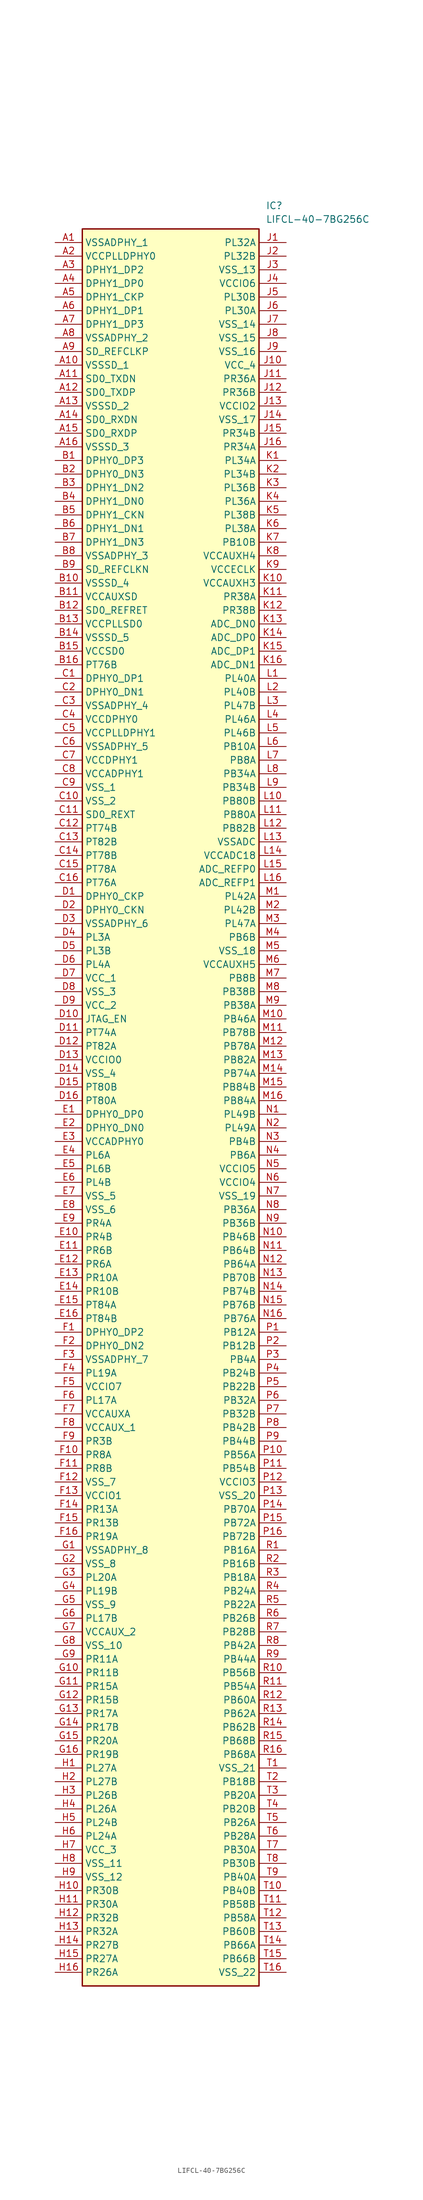
<source format=kicad_sym>
(kicad_symbol_lib
  (version 20220914)
  (generator kicad_symbol_editor)
  (symbol "LIFCL-40-7BG256C"
    (property "Reference" "IC"
      (at 39.37 7.62 0)
      (effects (font (size 1.27 1.27)) (justify left top)))
    (property "Value" "LIFCL-40-7BG256C"
      (at 39.37 5.08 0)
      (effects (font (size 1.27 1.27)) (justify left top)))
    (symbol "LIFCL-40-7BG256C_1_1"
      (rectangle (start 5.08 2.54) (end 38.1 -325.12) (stroke (width 0.254) (type default)) (fill (type background)))
      (pin passive line (at 0 0 0) (length 5.08) (name "VSSADPHY_1" (effects (font (size 1.27 1.27)))) (number "A1" (effects (font (size 1.27 1.27)))))
      (pin passive line (at 0 -22.86 0) (length 5.08) (name "VSSSD_1" (effects (font (size 1.27 1.27)))) (number "A10" (effects (font (size 1.27 1.27)))))
      (pin passive line (at 0 -25.4 0) (length 5.08) (name "SD0_TXDN" (effects (font (size 1.27 1.27)))) (number "A11" (effects (font (size 1.27 1.27)))))
      (pin passive line (at 0 -27.94 0) (length 5.08) (name "SD0_TXDP" (effects (font (size 1.27 1.27)))) (number "A12" (effects (font (size 1.27 1.27)))))
      (pin passive line (at 0 -30.48 0) (length 5.08) (name "VSSSD_2" (effects (font (size 1.27 1.27)))) (number "A13" (effects (font (size 1.27 1.27)))))
      (pin passive line (at 0 -33.02 0) (length 5.08) (name "SD0_RXDN" (effects (font (size 1.27 1.27)))) (number "A14" (effects (font (size 1.27 1.27)))))
      (pin passive line (at 0 -35.56 0) (length 5.08) (name "SD0_RXDP" (effects (font (size 1.27 1.27)))) (number "A15" (effects (font (size 1.27 1.27)))))
      (pin passive line (at 0 -38.1 0) (length 5.08) (name "VSSSD_3" (effects (font (size 1.27 1.27)))) (number "A16" (effects (font (size 1.27 1.27)))))
      (pin passive line (at 0 -2.54 0) (length 5.08) (name "VCCPLLDPHY0" (effects (font (size 1.27 1.27)))) (number "A2" (effects (font (size 1.27 1.27)))))
      (pin passive line (at 0 -5.08 0) (length 5.08) (name "DPHY1_DP2" (effects (font (size 1.27 1.27)))) (number "A3" (effects (font (size 1.27 1.27)))))
      (pin passive line (at 0 -7.62 0) (length 5.08) (name "DPHY1_DP0" (effects (font (size 1.27 1.27)))) (number "A4" (effects (font (size 1.27 1.27)))))
      (pin passive line (at 0 -10.16 0) (length 5.08) (name "DPHY1_CKP" (effects (font (size 1.27 1.27)))) (number "A5" (effects (font (size 1.27 1.27)))))
      (pin passive line (at 0 -12.7 0) (length 5.08) (name "DPHY1_DP1" (effects (font (size 1.27 1.27)))) (number "A6" (effects (font (size 1.27 1.27)))))
      (pin passive line (at 0 -15.24 0) (length 5.08) (name "DPHY1_DP3" (effects (font (size 1.27 1.27)))) (number "A7" (effects (font (size 1.27 1.27)))))
      (pin passive line (at 0 -17.78 0) (length 5.08) (name "VSSADPHY_2" (effects (font (size 1.27 1.27)))) (number "A8" (effects (font (size 1.27 1.27)))))
      (pin passive line (at 0 -20.32 0) (length 5.08) (name "SD_REFCLKP" (effects (font (size 1.27 1.27)))) (number "A9" (effects (font (size 1.27 1.27)))))
      (pin passive line (at 0 -40.64 0) (length 5.08) (name "DPHY0_DP3" (effects (font (size 1.27 1.27)))) (number "B1" (effects (font (size 1.27 1.27)))))
      (pin passive line (at 0 -63.5 0) (length 5.08) (name "VSSSD_4" (effects (font (size 1.27 1.27)))) (number "B10" (effects (font (size 1.27 1.27)))))
      (pin passive line (at 0 -66.04 0) (length 5.08) (name "VCCAUXSD" (effects (font (size 1.27 1.27)))) (number "B11" (effects (font (size 1.27 1.27)))))
      (pin passive line (at 0 -68.58 0) (length 5.08) (name "SD0_REFRET" (effects (font (size 1.27 1.27)))) (number "B12" (effects (font (size 1.27 1.27)))))
      (pin passive line (at 0 -71.12 0) (length 5.08) (name "VCCPLLSD0" (effects (font (size 1.27 1.27)))) (number "B13" (effects (font (size 1.27 1.27)))))
      (pin passive line (at 0 -73.66 0) (length 5.08) (name "VSSSD_5" (effects (font (size 1.27 1.27)))) (number "B14" (effects (font (size 1.27 1.27)))))
      (pin passive line (at 0 -76.2 0) (length 5.08) (name "VCCSD0" (effects (font (size 1.27 1.27)))) (number "B15" (effects (font (size 1.27 1.27)))))
      (pin passive line (at 0 -78.74 0) (length 5.08) (name "PT76B" (effects (font (size 1.27 1.27)))) (number "B16" (effects (font (size 1.27 1.27)))))
      (pin passive line (at 0 -43.18 0) (length 5.08) (name "DPHY0_DN3" (effects (font (size 1.27 1.27)))) (number "B2" (effects (font (size 1.27 1.27)))))
      (pin passive line (at 0 -45.72 0) (length 5.08) (name "DPHY1_DN2" (effects (font (size 1.27 1.27)))) (number "B3" (effects (font (size 1.27 1.27)))))
      (pin passive line (at 0 -48.26 0) (length 5.08) (name "DPHY1_DN0" (effects (font (size 1.27 1.27)))) (number "B4" (effects (font (size 1.27 1.27)))))
      (pin passive line (at 0 -50.8 0) (length 5.08) (name "DPHY1_CKN" (effects (font (size 1.27 1.27)))) (number "B5" (effects (font (size 1.27 1.27)))))
      (pin passive line (at 0 -53.34 0) (length 5.08) (name "DPHY1_DN1" (effects (font (size 1.27 1.27)))) (number "B6" (effects (font (size 1.27 1.27)))))
      (pin passive line (at 0 -55.88 0) (length 5.08) (name "DPHY1_DN3" (effects (font (size 1.27 1.27)))) (number "B7" (effects (font (size 1.27 1.27)))))
      (pin passive line (at 0 -58.42 0) (length 5.08) (name "VSSADPHY_3" (effects (font (size 1.27 1.27)))) (number "B8" (effects (font (size 1.27 1.27)))))
      (pin passive line (at 0 -60.96 0) (length 5.08) (name "SD_REFCLKN" (effects (font (size 1.27 1.27)))) (number "B9" (effects (font (size 1.27 1.27)))))
      (pin passive line (at 0 -81.28 0) (length 5.08) (name "DPHY0_DP1" (effects (font (size 1.27 1.27)))) (number "C1" (effects (font (size 1.27 1.27)))))
      (pin passive line (at 0 -104.14 0) (length 5.08) (name "VSS_2" (effects (font (size 1.27 1.27)))) (number "C10" (effects (font (size 1.27 1.27)))))
      (pin passive line (at 0 -106.68 0) (length 5.08) (name "SD0_REXT" (effects (font (size 1.27 1.27)))) (number "C11" (effects (font (size 1.27 1.27)))))
      (pin passive line (at 0 -109.22 0) (length 5.08) (name "PT74B" (effects (font (size 1.27 1.27)))) (number "C12" (effects (font (size 1.27 1.27)))))
      (pin passive line (at 0 -111.76 0) (length 5.08) (name "PT82B" (effects (font (size 1.27 1.27)))) (number "C13" (effects (font (size 1.27 1.27)))))
      (pin passive line (at 0 -114.3 0) (length 5.08) (name "PT78B" (effects (font (size 1.27 1.27)))) (number "C14" (effects (font (size 1.27 1.27)))))
      (pin passive line (at 0 -116.84 0) (length 5.08) (name "PT78A" (effects (font (size 1.27 1.27)))) (number "C15" (effects (font (size 1.27 1.27)))))
      (pin passive line (at 0 -119.38 0) (length 5.08) (name "PT76A" (effects (font (size 1.27 1.27)))) (number "C16" (effects (font (size 1.27 1.27)))))
      (pin passive line (at 0 -83.82 0) (length 5.08) (name "DPHY0_DN1" (effects (font (size 1.27 1.27)))) (number "C2" (effects (font (size 1.27 1.27)))))
      (pin passive line (at 0 -86.36 0) (length 5.08) (name "VSSADPHY_4" (effects (font (size 1.27 1.27)))) (number "C3" (effects (font (size 1.27 1.27)))))
      (pin passive line (at 0 -88.9 0) (length 5.08) (name "VCCDPHY0" (effects (font (size 1.27 1.27)))) (number "C4" (effects (font (size 1.27 1.27)))))
      (pin passive line (at 0 -91.44 0) (length 5.08) (name "VCCPLLDPHY1" (effects (font (size 1.27 1.27)))) (number "C5" (effects (font (size 1.27 1.27)))))
      (pin passive line (at 0 -93.98 0) (length 5.08) (name "VSSADPHY_5" (effects (font (size 1.27 1.27)))) (number "C6" (effects (font (size 1.27 1.27)))))
      (pin passive line (at 0 -96.52 0) (length 5.08) (name "VCCDPHY1" (effects (font (size 1.27 1.27)))) (number "C7" (effects (font (size 1.27 1.27)))))
      (pin passive line (at 0 -99.06 0) (length 5.08) (name "VCCADPHY1" (effects (font (size 1.27 1.27)))) (number "C8" (effects (font (size 1.27 1.27)))))
      (pin passive line (at 0 -101.6 0) (length 5.08) (name "VSS_1" (effects (font (size 1.27 1.27)))) (number "C9" (effects (font (size 1.27 1.27)))))
      (pin passive line (at 0 -121.92 0) (length 5.08) (name "DPHY0_CKP" (effects (font (size 1.27 1.27)))) (number "D1" (effects (font (size 1.27 1.27)))))
      (pin passive line (at 0 -144.78 0) (length 5.08) (name "JTAG_EN" (effects (font (size 1.27 1.27)))) (number "D10" (effects (font (size 1.27 1.27)))))
      (pin passive line (at 0 -147.32 0) (length 5.08) (name "PT74A" (effects (font (size 1.27 1.27)))) (number "D11" (effects (font (size 1.27 1.27)))))
      (pin passive line (at 0 -149.86 0) (length 5.08) (name "PT82A" (effects (font (size 1.27 1.27)))) (number "D12" (effects (font (size 1.27 1.27)))))
      (pin passive line (at 0 -152.4 0) (length 5.08) (name "VCCIO0" (effects (font (size 1.27 1.27)))) (number "D13" (effects (font (size 1.27 1.27)))))
      (pin passive line (at 0 -154.94 0) (length 5.08) (name "VSS_4" (effects (font (size 1.27 1.27)))) (number "D14" (effects (font (size 1.27 1.27)))))
      (pin passive line (at 0 -157.48 0) (length 5.08) (name "PT80B" (effects (font (size 1.27 1.27)))) (number "D15" (effects (font (size 1.27 1.27)))))
      (pin passive line (at 0 -160.02 0) (length 5.08) (name "PT80A" (effects (font (size 1.27 1.27)))) (number "D16" (effects (font (size 1.27 1.27)))))
      (pin passive line (at 0 -124.46 0) (length 5.08) (name "DPHY0_CKN" (effects (font (size 1.27 1.27)))) (number "D2" (effects (font (size 1.27 1.27)))))
      (pin passive line (at 0 -127 0) (length 5.08) (name "VSSADPHY_6" (effects (font (size 1.27 1.27)))) (number "D3" (effects (font (size 1.27 1.27)))))
      (pin passive line (at 0 -129.54 0) (length 5.08) (name "PL3A" (effects (font (size 1.27 1.27)))) (number "D4" (effects (font (size 1.27 1.27)))))
      (pin passive line (at 0 -132.08 0) (length 5.08) (name "PL3B" (effects (font (size 1.27 1.27)))) (number "D5" (effects (font (size 1.27 1.27)))))
      (pin passive line (at 0 -134.62 0) (length 5.08) (name "PL4A" (effects (font (size 1.27 1.27)))) (number "D6" (effects (font (size 1.27 1.27)))))
      (pin passive line (at 0 -137.16 0) (length 5.08) (name "VCC_1" (effects (font (size 1.27 1.27)))) (number "D7" (effects (font (size 1.27 1.27)))))
      (pin passive line (at 0 -139.7 0) (length 5.08) (name "VSS_3" (effects (font (size 1.27 1.27)))) (number "D8" (effects (font (size 1.27 1.27)))))
      (pin passive line (at 0 -142.24 0) (length 5.08) (name "VCC_2" (effects (font (size 1.27 1.27)))) (number "D9" (effects (font (size 1.27 1.27)))))
      (pin passive line (at 0 -162.56 0) (length 5.08) (name "DPHY0_DP0" (effects (font (size 1.27 1.27)))) (number "E1" (effects (font (size 1.27 1.27)))))
      (pin passive line (at 0 -185.42 0) (length 5.08) (name "PR4B" (effects (font (size 1.27 1.27)))) (number "E10" (effects (font (size 1.27 1.27)))))
      (pin passive line (at 0 -187.96 0) (length 5.08) (name "PR6B" (effects (font (size 1.27 1.27)))) (number "E11" (effects (font (size 1.27 1.27)))))
      (pin passive line (at 0 -190.5 0) (length 5.08) (name "PR6A" (effects (font (size 1.27 1.27)))) (number "E12" (effects (font (size 1.27 1.27)))))
      (pin passive line (at 0 -193.04 0) (length 5.08) (name "PR10A" (effects (font (size 1.27 1.27)))) (number "E13" (effects (font (size 1.27 1.27)))))
      (pin passive line (at 0 -195.58 0) (length 5.08) (name "PR10B" (effects (font (size 1.27 1.27)))) (number "E14" (effects (font (size 1.27 1.27)))))
      (pin passive line (at 0 -198.12 0) (length 5.08) (name "PT84A" (effects (font (size 1.27 1.27)))) (number "E15" (effects (font (size 1.27 1.27)))))
      (pin passive line (at 0 -200.66 0) (length 5.08) (name "PT84B" (effects (font (size 1.27 1.27)))) (number "E16" (effects (font (size 1.27 1.27)))))
      (pin passive line (at 0 -165.1 0) (length 5.08) (name "DPHY0_DN0" (effects (font (size 1.27 1.27)))) (number "E2" (effects (font (size 1.27 1.27)))))
      (pin passive line (at 0 -167.64 0) (length 5.08) (name "VCCADPHY0" (effects (font (size 1.27 1.27)))) (number "E3" (effects (font (size 1.27 1.27)))))
      (pin passive line (at 0 -170.18 0) (length 5.08) (name "PL6A" (effects (font (size 1.27 1.27)))) (number "E4" (effects (font (size 1.27 1.27)))))
      (pin passive line (at 0 -172.72 0) (length 5.08) (name "PL6B" (effects (font (size 1.27 1.27)))) (number "E5" (effects (font (size 1.27 1.27)))))
      (pin passive line (at 0 -175.26 0) (length 5.08) (name "PL4B" (effects (font (size 1.27 1.27)))) (number "E6" (effects (font (size 1.27 1.27)))))
      (pin passive line (at 0 -177.8 0) (length 5.08) (name "VSS_5" (effects (font (size 1.27 1.27)))) (number "E7" (effects (font (size 1.27 1.27)))))
      (pin passive line (at 0 -180.34 0) (length 5.08) (name "VSS_6" (effects (font (size 1.27 1.27)))) (number "E8" (effects (font (size 1.27 1.27)))))
      (pin passive line (at 0 -182.88 0) (length 5.08) (name "PR4A" (effects (font (size 1.27 1.27)))) (number "E9" (effects (font (size 1.27 1.27)))))
      (pin passive line (at 0 -203.2 0) (length 5.08) (name "DPHY0_DP2" (effects (font (size 1.27 1.27)))) (number "F1" (effects (font (size 1.27 1.27)))))
      (pin passive line (at 0 -226.06 0) (length 5.08) (name "PR8A" (effects (font (size 1.27 1.27)))) (number "F10" (effects (font (size 1.27 1.27)))))
      (pin passive line (at 0 -228.6 0) (length 5.08) (name "PR8B" (effects (font (size 1.27 1.27)))) (number "F11" (effects (font (size 1.27 1.27)))))
      (pin passive line (at 0 -231.14 0) (length 5.08) (name "VSS_7" (effects (font (size 1.27 1.27)))) (number "F12" (effects (font (size 1.27 1.27)))))
      (pin passive line (at 0 -233.68 0) (length 5.08) (name "VCCIO1" (effects (font (size 1.27 1.27)))) (number "F13" (effects (font (size 1.27 1.27)))))
      (pin passive line (at 0 -236.22 0) (length 5.08) (name "PR13A" (effects (font (size 1.27 1.27)))) (number "F14" (effects (font (size 1.27 1.27)))))
      (pin passive line (at 0 -238.76 0) (length 5.08) (name "PR13B" (effects (font (size 1.27 1.27)))) (number "F15" (effects (font (size 1.27 1.27)))))
      (pin passive line (at 0 -241.3 0) (length 5.08) (name "PR19A" (effects (font (size 1.27 1.27)))) (number "F16" (effects (font (size 1.27 1.27)))))
      (pin passive line (at 0 -205.74 0) (length 5.08) (name "DPHY0_DN2" (effects (font (size 1.27 1.27)))) (number "F2" (effects (font (size 1.27 1.27)))))
      (pin passive line (at 0 -208.28 0) (length 5.08) (name "VSSADPHY_7" (effects (font (size 1.27 1.27)))) (number "F3" (effects (font (size 1.27 1.27)))))
      (pin passive line (at 0 -210.82 0) (length 5.08) (name "PL19A" (effects (font (size 1.27 1.27)))) (number "F4" (effects (font (size 1.27 1.27)))))
      (pin passive line (at 0 -213.36 0) (length 5.08) (name "VCCIO7" (effects (font (size 1.27 1.27)))) (number "F5" (effects (font (size 1.27 1.27)))))
      (pin passive line (at 0 -215.9 0) (length 5.08) (name "PL17A" (effects (font (size 1.27 1.27)))) (number "F6" (effects (font (size 1.27 1.27)))))
      (pin passive line (at 0 -218.44 0) (length 5.08) (name "VCCAUXA" (effects (font (size 1.27 1.27)))) (number "F7" (effects (font (size 1.27 1.27)))))
      (pin passive line (at 0 -220.98 0) (length 5.08) (name "VCCAUX_1" (effects (font (size 1.27 1.27)))) (number "F8" (effects (font (size 1.27 1.27)))))
      (pin passive line (at 0 -223.52 0) (length 5.08) (name "PR3B" (effects (font (size 1.27 1.27)))) (number "F9" (effects (font (size 1.27 1.27)))))
      (pin passive line (at 0 -243.84 0) (length 5.08) (name "VSSADPHY_8" (effects (font (size 1.27 1.27)))) (number "G1" (effects (font (size 1.27 1.27)))))
      (pin passive line (at 0 -266.7 0) (length 5.08) (name "PR11B" (effects (font (size 1.27 1.27)))) (number "G10" (effects (font (size 1.27 1.27)))))
      (pin passive line (at 0 -269.24 0) (length 5.08) (name "PR15A" (effects (font (size 1.27 1.27)))) (number "G11" (effects (font (size 1.27 1.27)))))
      (pin passive line (at 0 -271.78 0) (length 5.08) (name "PR15B" (effects (font (size 1.27 1.27)))) (number "G12" (effects (font (size 1.27 1.27)))))
      (pin passive line (at 0 -274.32 0) (length 5.08) (name "PR17A" (effects (font (size 1.27 1.27)))) (number "G13" (effects (font (size 1.27 1.27)))))
      (pin passive line (at 0 -276.86 0) (length 5.08) (name "PR17B" (effects (font (size 1.27 1.27)))) (number "G14" (effects (font (size 1.27 1.27)))))
      (pin passive line (at 0 -279.4 0) (length 5.08) (name "PR20A" (effects (font (size 1.27 1.27)))) (number "G15" (effects (font (size 1.27 1.27)))))
      (pin passive line (at 0 -281.94 0) (length 5.08) (name "PR19B" (effects (font (size 1.27 1.27)))) (number "G16" (effects (font (size 1.27 1.27)))))
      (pin passive line (at 0 -246.38 0) (length 5.08) (name "VSS_8" (effects (font (size 1.27 1.27)))) (number "G2" (effects (font (size 1.27 1.27)))))
      (pin passive line (at 0 -248.92 0) (length 5.08) (name "PL20A" (effects (font (size 1.27 1.27)))) (number "G3" (effects (font (size 1.27 1.27)))))
      (pin passive line (at 0 -251.46 0) (length 5.08) (name "PL19B" (effects (font (size 1.27 1.27)))) (number "G4" (effects (font (size 1.27 1.27)))))
      (pin passive line (at 0 -254 0) (length 5.08) (name "VSS_9" (effects (font (size 1.27 1.27)))) (number "G5" (effects (font (size 1.27 1.27)))))
      (pin passive line (at 0 -256.54 0) (length 5.08) (name "PL17B" (effects (font (size 1.27 1.27)))) (number "G6" (effects (font (size 1.27 1.27)))))
      (pin passive line (at 0 -259.08 0) (length 5.08) (name "VCCAUX_2" (effects (font (size 1.27 1.27)))) (number "G7" (effects (font (size 1.27 1.27)))))
      (pin passive line (at 0 -261.62 0) (length 5.08) (name "VSS_10" (effects (font (size 1.27 1.27)))) (number "G8" (effects (font (size 1.27 1.27)))))
      (pin passive line (at 0 -264.16 0) (length 5.08) (name "PR11A" (effects (font (size 1.27 1.27)))) (number "G9" (effects (font (size 1.27 1.27)))))
      (pin passive line (at 0 -284.48 0) (length 5.08) (name "PL27A" (effects (font (size 1.27 1.27)))) (number "H1" (effects (font (size 1.27 1.27)))))
      (pin passive line (at 0 -307.34 0) (length 5.08) (name "PR30B" (effects (font (size 1.27 1.27)))) (number "H10" (effects (font (size 1.27 1.27)))))
      (pin passive line (at 0 -309.88 0) (length 5.08) (name "PR30A" (effects (font (size 1.27 1.27)))) (number "H11" (effects (font (size 1.27 1.27)))))
      (pin passive line (at 0 -312.42 0) (length 5.08) (name "PR32B" (effects (font (size 1.27 1.27)))) (number "H12" (effects (font (size 1.27 1.27)))))
      (pin passive line (at 0 -314.96 0) (length 5.08) (name "PR32A" (effects (font (size 1.27 1.27)))) (number "H13" (effects (font (size 1.27 1.27)))))
      (pin passive line (at 0 -317.5 0) (length 5.08) (name "PR27B" (effects (font (size 1.27 1.27)))) (number "H14" (effects (font (size 1.27 1.27)))))
      (pin passive line (at 0 -320.04 0) (length 5.08) (name "PR27A" (effects (font (size 1.27 1.27)))) (number "H15" (effects (font (size 1.27 1.27)))))
      (pin passive line (at 0 -322.58 0) (length 5.08) (name "PR26A" (effects (font (size 1.27 1.27)))) (number "H16" (effects (font (size 1.27 1.27)))))
      (pin passive line (at 0 -287.02 0) (length 5.08) (name "PL27B" (effects (font (size 1.27 1.27)))) (number "H2" (effects (font (size 1.27 1.27)))))
      (pin passive line (at 0 -289.56 0) (length 5.08) (name "PL26B" (effects (font (size 1.27 1.27)))) (number "H3" (effects (font (size 1.27 1.27)))))
      (pin passive line (at 0 -292.1 0) (length 5.08) (name "PL26A" (effects (font (size 1.27 1.27)))) (number "H4" (effects (font (size 1.27 1.27)))))
      (pin passive line (at 0 -294.64 0) (length 5.08) (name "PL24B" (effects (font (size 1.27 1.27)))) (number "H5" (effects (font (size 1.27 1.27)))))
      (pin passive line (at 0 -297.18 0) (length 5.08) (name "PL24A" (effects (font (size 1.27 1.27)))) (number "H6" (effects (font (size 1.27 1.27)))))
      (pin passive line (at 0 -299.72 0) (length 5.08) (name "VCC_3" (effects (font (size 1.27 1.27)))) (number "H7" (effects (font (size 1.27 1.27)))))
      (pin passive line (at 0 -302.26 0) (length 5.08) (name "VSS_11" (effects (font (size 1.27 1.27)))) (number "H8" (effects (font (size 1.27 1.27)))))
      (pin passive line (at 0 -304.8 0) (length 5.08) (name "VSS_12" (effects (font (size 1.27 1.27)))) (number "H9" (effects (font (size 1.27 1.27)))))
      (pin passive line (at 43.18 0 180) (length 5.08) (name "PL32A" (effects (font (size 1.27 1.27)))) (number "J1" (effects (font (size 1.27 1.27)))))
      (pin passive line (at 43.18 -22.86 180) (length 5.08) (name "VCC_4" (effects (font (size 1.27 1.27)))) (number "J10" (effects (font (size 1.27 1.27)))))
      (pin passive line (at 43.18 -25.4 180) (length 5.08) (name "PR36A" (effects (font (size 1.27 1.27)))) (number "J11" (effects (font (size 1.27 1.27)))))
      (pin passive line (at 43.18 -27.94 180) (length 5.08) (name "PR36B" (effects (font (size 1.27 1.27)))) (number "J12" (effects (font (size 1.27 1.27)))))
      (pin passive line (at 43.18 -30.48 180) (length 5.08) (name "VCCIO2" (effects (font (size 1.27 1.27)))) (number "J13" (effects (font (size 1.27 1.27)))))
      (pin passive line (at 43.18 -33.02 180) (length 5.08) (name "VSS_17" (effects (font (size 1.27 1.27)))) (number "J14" (effects (font (size 1.27 1.27)))))
      (pin passive line (at 43.18 -35.56 180) (length 5.08) (name "PR34B" (effects (font (size 1.27 1.27)))) (number "J15" (effects (font (size 1.27 1.27)))))
      (pin passive line (at 43.18 -38.1 180) (length 5.08) (name "PR34A" (effects (font (size 1.27 1.27)))) (number "J16" (effects (font (size 1.27 1.27)))))
      (pin passive line (at 43.18 -2.54 180) (length 5.08) (name "PL32B" (effects (font (size 1.27 1.27)))) (number "J2" (effects (font (size 1.27 1.27)))))
      (pin passive line (at 43.18 -5.08 180) (length 5.08) (name "VSS_13" (effects (font (size 1.27 1.27)))) (number "J3" (effects (font (size 1.27 1.27)))))
      (pin passive line (at 43.18 -7.62 180) (length 5.08) (name "VCCIO6" (effects (font (size 1.27 1.27)))) (number "J4" (effects (font (size 1.27 1.27)))))
      (pin passive line (at 43.18 -10.16 180) (length 5.08) (name "PL30B" (effects (font (size 1.27 1.27)))) (number "J5" (effects (font (size 1.27 1.27)))))
      (pin passive line (at 43.18 -12.7 180) (length 5.08) (name "PL30A" (effects (font (size 1.27 1.27)))) (number "J6" (effects (font (size 1.27 1.27)))))
      (pin passive line (at 43.18 -15.24 180) (length 5.08) (name "VSS_14" (effects (font (size 1.27 1.27)))) (number "J7" (effects (font (size 1.27 1.27)))))
      (pin passive line (at 43.18 -17.78 180) (length 5.08) (name "VSS_15" (effects (font (size 1.27 1.27)))) (number "J8" (effects (font (size 1.27 1.27)))))
      (pin passive line (at 43.18 -20.32 180) (length 5.08) (name "VSS_16" (effects (font (size 1.27 1.27)))) (number "J9" (effects (font (size 1.27 1.27)))))
      (pin passive line (at 43.18 -40.64 180) (length 5.08) (name "PL34A" (effects (font (size 1.27 1.27)))) (number "K1" (effects (font (size 1.27 1.27)))))
      (pin passive line (at 43.18 -63.5 180) (length 5.08) (name "VCCAUXH3" (effects (font (size 1.27 1.27)))) (number "K10" (effects (font (size 1.27 1.27)))))
      (pin passive line (at 43.18 -66.04 180) (length 5.08) (name "PR38A" (effects (font (size 1.27 1.27)))) (number "K11" (effects (font (size 1.27 1.27)))))
      (pin passive line (at 43.18 -68.58 180) (length 5.08) (name "PR38B" (effects (font (size 1.27 1.27)))) (number "K12" (effects (font (size 1.27 1.27)))))
      (pin passive line (at 43.18 -71.12 180) (length 5.08) (name "ADC_DN0" (effects (font (size 1.27 1.27)))) (number "K13" (effects (font (size 1.27 1.27)))))
      (pin passive line (at 43.18 -73.66 180) (length 5.08) (name "ADC_DP0" (effects (font (size 1.27 1.27)))) (number "K14" (effects (font (size 1.27 1.27)))))
      (pin passive line (at 43.18 -76.2 180) (length 5.08) (name "ADC_DP1" (effects (font (size 1.27 1.27)))) (number "K15" (effects (font (size 1.27 1.27)))))
      (pin passive line (at 43.18 -78.74 180) (length 5.08) (name "ADC_DN1" (effects (font (size 1.27 1.27)))) (number "K16" (effects (font (size 1.27 1.27)))))
      (pin passive line (at 43.18 -43.18 180) (length 5.08) (name "PL34B" (effects (font (size 1.27 1.27)))) (number "K2" (effects (font (size 1.27 1.27)))))
      (pin passive line (at 43.18 -45.72 180) (length 5.08) (name "PL36B" (effects (font (size 1.27 1.27)))) (number "K3" (effects (font (size 1.27 1.27)))))
      (pin passive line (at 43.18 -48.26 180) (length 5.08) (name "PL36A" (effects (font (size 1.27 1.27)))) (number "K4" (effects (font (size 1.27 1.27)))))
      (pin passive line (at 43.18 -50.8 180) (length 5.08) (name "PL38B" (effects (font (size 1.27 1.27)))) (number "K5" (effects (font (size 1.27 1.27)))))
      (pin passive line (at 43.18 -53.34 180) (length 5.08) (name "PL38A" (effects (font (size 1.27 1.27)))) (number "K6" (effects (font (size 1.27 1.27)))))
      (pin passive line (at 43.18 -55.88 180) (length 5.08) (name "PB10B" (effects (font (size 1.27 1.27)))) (number "K7" (effects (font (size 1.27 1.27)))))
      (pin passive line (at 43.18 -58.42 180) (length 5.08) (name "VCCAUXH4" (effects (font (size 1.27 1.27)))) (number "K8" (effects (font (size 1.27 1.27)))))
      (pin passive line (at 43.18 -60.96 180) (length 5.08) (name "VCCECLK" (effects (font (size 1.27 1.27)))) (number "K9" (effects (font (size 1.27 1.27)))))
      (pin passive line (at 43.18 -81.28 180) (length 5.08) (name "PL40A" (effects (font (size 1.27 1.27)))) (number "L1" (effects (font (size 1.27 1.27)))))
      (pin passive line (at 43.18 -104.14 180) (length 5.08) (name "PB80B" (effects (font (size 1.27 1.27)))) (number "L10" (effects (font (size 1.27 1.27)))))
      (pin passive line (at 43.18 -106.68 180) (length 5.08) (name "PB80A" (effects (font (size 1.27 1.27)))) (number "L11" (effects (font (size 1.27 1.27)))))
      (pin passive line (at 43.18 -109.22 180) (length 5.08) (name "PB82B" (effects (font (size 1.27 1.27)))) (number "L12" (effects (font (size 1.27 1.27)))))
      (pin passive line (at 43.18 -111.76 180) (length 5.08) (name "VSSADC" (effects (font (size 1.27 1.27)))) (number "L13" (effects (font (size 1.27 1.27)))))
      (pin passive line (at 43.18 -114.3 180) (length 5.08) (name "VCCADC18" (effects (font (size 1.27 1.27)))) (number "L14" (effects (font (size 1.27 1.27)))))
      (pin passive line (at 43.18 -116.84 180) (length 5.08) (name "ADC_REFP0" (effects (font (size 1.27 1.27)))) (number "L15" (effects (font (size 1.27 1.27)))))
      (pin passive line (at 43.18 -119.38 180) (length 5.08) (name "ADC_REFP1" (effects (font (size 1.27 1.27)))) (number "L16" (effects (font (size 1.27 1.27)))))
      (pin passive line (at 43.18 -83.82 180) (length 5.08) (name "PL40B" (effects (font (size 1.27 1.27)))) (number "L2" (effects (font (size 1.27 1.27)))))
      (pin passive line (at 43.18 -86.36 180) (length 5.08) (name "PL47B" (effects (font (size 1.27 1.27)))) (number "L3" (effects (font (size 1.27 1.27)))))
      (pin passive line (at 43.18 -88.9 180) (length 5.08) (name "PL46A" (effects (font (size 1.27 1.27)))) (number "L4" (effects (font (size 1.27 1.27)))))
      (pin passive line (at 43.18 -91.44 180) (length 5.08) (name "PL46B" (effects (font (size 1.27 1.27)))) (number "L5" (effects (font (size 1.27 1.27)))))
      (pin passive line (at 43.18 -93.98 180) (length 5.08) (name "PB10A" (effects (font (size 1.27 1.27)))) (number "L6" (effects (font (size 1.27 1.27)))))
      (pin passive line (at 43.18 -96.52 180) (length 5.08) (name "PB8A" (effects (font (size 1.27 1.27)))) (number "L7" (effects (font (size 1.27 1.27)))))
      (pin passive line (at 43.18 -99.06 180) (length 5.08) (name "PB34A" (effects (font (size 1.27 1.27)))) (number "L8" (effects (font (size 1.27 1.27)))))
      (pin passive line (at 43.18 -101.6 180) (length 5.08) (name "PB34B" (effects (font (size 1.27 1.27)))) (number "L9" (effects (font (size 1.27 1.27)))))
      (pin passive line (at 43.18 -121.92 180) (length 5.08) (name "PL42A" (effects (font (size 1.27 1.27)))) (number "M1" (effects (font (size 1.27 1.27)))))
      (pin passive line (at 43.18 -144.78 180) (length 5.08) (name "PB46A" (effects (font (size 1.27 1.27)))) (number "M10" (effects (font (size 1.27 1.27)))))
      (pin passive line (at 43.18 -147.32 180) (length 5.08) (name "PB78B" (effects (font (size 1.27 1.27)))) (number "M11" (effects (font (size 1.27 1.27)))))
      (pin passive line (at 43.18 -149.86 180) (length 5.08) (name "PB78A" (effects (font (size 1.27 1.27)))) (number "M12" (effects (font (size 1.27 1.27)))))
      (pin passive line (at 43.18 -152.4 180) (length 5.08) (name "PB82A" (effects (font (size 1.27 1.27)))) (number "M13" (effects (font (size 1.27 1.27)))))
      (pin passive line (at 43.18 -154.94 180) (length 5.08) (name "PB74A" (effects (font (size 1.27 1.27)))) (number "M14" (effects (font (size 1.27 1.27)))))
      (pin passive line (at 43.18 -157.48 180) (length 5.08) (name "PB84B" (effects (font (size 1.27 1.27)))) (number "M15" (effects (font (size 1.27 1.27)))))
      (pin passive line (at 43.18 -160.02 180) (length 5.08) (name "PB84A" (effects (font (size 1.27 1.27)))) (number "M16" (effects (font (size 1.27 1.27)))))
      (pin passive line (at 43.18 -124.46 180) (length 5.08) (name "PL42B" (effects (font (size 1.27 1.27)))) (number "M2" (effects (font (size 1.27 1.27)))))
      (pin passive line (at 43.18 -127 180) (length 5.08) (name "PL47A" (effects (font (size 1.27 1.27)))) (number "M3" (effects (font (size 1.27 1.27)))))
      (pin passive line (at 43.18 -129.54 180) (length 5.08) (name "PB6B" (effects (font (size 1.27 1.27)))) (number "M4" (effects (font (size 1.27 1.27)))))
      (pin passive line (at 43.18 -132.08 180) (length 5.08) (name "VSS_18" (effects (font (size 1.27 1.27)))) (number "M5" (effects (font (size 1.27 1.27)))))
      (pin passive line (at 43.18 -134.62 180) (length 5.08) (name "VCCAUXH5" (effects (font (size 1.27 1.27)))) (number "M6" (effects (font (size 1.27 1.27)))))
      (pin passive line (at 43.18 -137.16 180) (length 5.08) (name "PB8B" (effects (font (size 1.27 1.27)))) (number "M7" (effects (font (size 1.27 1.27)))))
      (pin passive line (at 43.18 -139.7 180) (length 5.08) (name "PB38B" (effects (font (size 1.27 1.27)))) (number "M8" (effects (font (size 1.27 1.27)))))
      (pin passive line (at 43.18 -142.24 180) (length 5.08) (name "PB38A" (effects (font (size 1.27 1.27)))) (number "M9" (effects (font (size 1.27 1.27)))))
      (pin passive line (at 43.18 -162.56 180) (length 5.08) (name "PL49B" (effects (font (size 1.27 1.27)))) (number "N1" (effects (font (size 1.27 1.27)))))
      (pin passive line (at 43.18 -185.42 180) (length 5.08) (name "PB46B" (effects (font (size 1.27 1.27)))) (number "N10" (effects (font (size 1.27 1.27)))))
      (pin passive line (at 43.18 -187.96 180) (length 5.08) (name "PB64B" (effects (font (size 1.27 1.27)))) (number "N11" (effects (font (size 1.27 1.27)))))
      (pin passive line (at 43.18 -190.5 180) (length 5.08) (name "PB64A" (effects (font (size 1.27 1.27)))) (number "N12" (effects (font (size 1.27 1.27)))))
      (pin passive line (at 43.18 -193.04 180) (length 5.08) (name "PB70B" (effects (font (size 1.27 1.27)))) (number "N13" (effects (font (size 1.27 1.27)))))
      (pin passive line (at 43.18 -195.58 180) (length 5.08) (name "PB74B" (effects (font (size 1.27 1.27)))) (number "N14" (effects (font (size 1.27 1.27)))))
      (pin passive line (at 43.18 -198.12 180) (length 5.08) (name "PB76B" (effects (font (size 1.27 1.27)))) (number "N15" (effects (font (size 1.27 1.27)))))
      (pin passive line (at 43.18 -200.66 180) (length 5.08) (name "PB76A" (effects (font (size 1.27 1.27)))) (number "N16" (effects (font (size 1.27 1.27)))))
      (pin passive line (at 43.18 -165.1 180) (length 5.08) (name "PL49A" (effects (font (size 1.27 1.27)))) (number "N2" (effects (font (size 1.27 1.27)))))
      (pin passive line (at 43.18 -167.64 180) (length 5.08) (name "PB4B" (effects (font (size 1.27 1.27)))) (number "N3" (effects (font (size 1.27 1.27)))))
      (pin passive line (at 43.18 -170.18 180) (length 5.08) (name "PB6A" (effects (font (size 1.27 1.27)))) (number "N4" (effects (font (size 1.27 1.27)))))
      (pin passive line (at 43.18 -172.72 180) (length 5.08) (name "VCCIO5" (effects (font (size 1.27 1.27)))) (number "N5" (effects (font (size 1.27 1.27)))))
      (pin passive line (at 43.18 -175.26 180) (length 5.08) (name "VCCIO4" (effects (font (size 1.27 1.27)))) (number "N6" (effects (font (size 1.27 1.27)))))
      (pin passive line (at 43.18 -177.8 180) (length 5.08) (name "VSS_19" (effects (font (size 1.27 1.27)))) (number "N7" (effects (font (size 1.27 1.27)))))
      (pin passive line (at 43.18 -180.34 180) (length 5.08) (name "PB36A" (effects (font (size 1.27 1.27)))) (number "N8" (effects (font (size 1.27 1.27)))))
      (pin passive line (at 43.18 -182.88 180) (length 5.08) (name "PB36B" (effects (font (size 1.27 1.27)))) (number "N9" (effects (font (size 1.27 1.27)))))
      (pin passive line (at 43.18 -203.2 180) (length 5.08) (name "PB12A" (effects (font (size 1.27 1.27)))) (number "P1" (effects (font (size 1.27 1.27)))))
      (pin passive line (at 43.18 -226.06 180) (length 5.08) (name "PB56A" (effects (font (size 1.27 1.27)))) (number "P10" (effects (font (size 1.27 1.27)))))
      (pin passive line (at 43.18 -228.6 180) (length 5.08) (name "PB54B" (effects (font (size 1.27 1.27)))) (number "P11" (effects (font (size 1.27 1.27)))))
      (pin passive line (at 43.18 -231.14 180) (length 5.08) (name "VCCIO3" (effects (font (size 1.27 1.27)))) (number "P12" (effects (font (size 1.27 1.27)))))
      (pin passive line (at 43.18 -233.68 180) (length 5.08) (name "VSS_20" (effects (font (size 1.27 1.27)))) (number "P13" (effects (font (size 1.27 1.27)))))
      (pin passive line (at 43.18 -236.22 180) (length 5.08) (name "PB70A" (effects (font (size 1.27 1.27)))) (number "P14" (effects (font (size 1.27 1.27)))))
      (pin passive line (at 43.18 -238.76 180) (length 5.08) (name "PB72A" (effects (font (size 1.27 1.27)))) (number "P15" (effects (font (size 1.27 1.27)))))
      (pin passive line (at 43.18 -241.3 180) (length 5.08) (name "PB72B" (effects (font (size 1.27 1.27)))) (number "P16" (effects (font (size 1.27 1.27)))))
      (pin passive line (at 43.18 -205.74 180) (length 5.08) (name "PB12B" (effects (font (size 1.27 1.27)))) (number "P2" (effects (font (size 1.27 1.27)))))
      (pin passive line (at 43.18 -208.28 180) (length 5.08) (name "PB4A" (effects (font (size 1.27 1.27)))) (number "P3" (effects (font (size 1.27 1.27)))))
      (pin passive line (at 43.18 -210.82 180) (length 5.08) (name "PB24B" (effects (font (size 1.27 1.27)))) (number "P4" (effects (font (size 1.27 1.27)))))
      (pin passive line (at 43.18 -213.36 180) (length 5.08) (name "PB22B" (effects (font (size 1.27 1.27)))) (number "P5" (effects (font (size 1.27 1.27)))))
      (pin passive line (at 43.18 -215.9 180) (length 5.08) (name "PB32A" (effects (font (size 1.27 1.27)))) (number "P6" (effects (font (size 1.27 1.27)))))
      (pin passive line (at 43.18 -218.44 180) (length 5.08) (name "PB32B" (effects (font (size 1.27 1.27)))) (number "P7" (effects (font (size 1.27 1.27)))))
      (pin passive line (at 43.18 -220.98 180) (length 5.08) (name "PB42B" (effects (font (size 1.27 1.27)))) (number "P8" (effects (font (size 1.27 1.27)))))
      (pin passive line (at 43.18 -223.52 180) (length 5.08) (name "PB44B" (effects (font (size 1.27 1.27)))) (number "P9" (effects (font (size 1.27 1.27)))))
      (pin passive line (at 43.18 -243.84 180) (length 5.08) (name "PB16A" (effects (font (size 1.27 1.27)))) (number "R1" (effects (font (size 1.27 1.27)))))
      (pin passive line (at 43.18 -266.7 180) (length 5.08) (name "PB56B" (effects (font (size 1.27 1.27)))) (number "R10" (effects (font (size 1.27 1.27)))))
      (pin passive line (at 43.18 -269.24 180) (length 5.08) (name "PB54A" (effects (font (size 1.27 1.27)))) (number "R11" (effects (font (size 1.27 1.27)))))
      (pin passive line (at 43.18 -271.78 180) (length 5.08) (name "PB60A" (effects (font (size 1.27 1.27)))) (number "R12" (effects (font (size 1.27 1.27)))))
      (pin passive line (at 43.18 -274.32 180) (length 5.08) (name "PB62A" (effects (font (size 1.27 1.27)))) (number "R13" (effects (font (size 1.27 1.27)))))
      (pin passive line (at 43.18 -276.86 180) (length 5.08) (name "PB62B" (effects (font (size 1.27 1.27)))) (number "R14" (effects (font (size 1.27 1.27)))))
      (pin passive line (at 43.18 -279.4 180) (length 5.08) (name "PB68B" (effects (font (size 1.27 1.27)))) (number "R15" (effects (font (size 1.27 1.27)))))
      (pin passive line (at 43.18 -281.94 180) (length 5.08) (name "PB68A" (effects (font (size 1.27 1.27)))) (number "R16" (effects (font (size 1.27 1.27)))))
      (pin passive line (at 43.18 -246.38 180) (length 5.08) (name "PB16B" (effects (font (size 1.27 1.27)))) (number "R2" (effects (font (size 1.27 1.27)))))
      (pin passive line (at 43.18 -248.92 180) (length 5.08) (name "PB18A" (effects (font (size 1.27 1.27)))) (number "R3" (effects (font (size 1.27 1.27)))))
      (pin passive line (at 43.18 -251.46 180) (length 5.08) (name "PB24A" (effects (font (size 1.27 1.27)))) (number "R4" (effects (font (size 1.27 1.27)))))
      (pin passive line (at 43.18 -254 180) (length 5.08) (name "PB22A" (effects (font (size 1.27 1.27)))) (number "R5" (effects (font (size 1.27 1.27)))))
      (pin passive line (at 43.18 -256.54 180) (length 5.08) (name "PB26B" (effects (font (size 1.27 1.27)))) (number "R6" (effects (font (size 1.27 1.27)))))
      (pin passive line (at 43.18 -259.08 180) (length 5.08) (name "PB28B" (effects (font (size 1.27 1.27)))) (number "R7" (effects (font (size 1.27 1.27)))))
      (pin passive line (at 43.18 -261.62 180) (length 5.08) (name "PB42A" (effects (font (size 1.27 1.27)))) (number "R8" (effects (font (size 1.27 1.27)))))
      (pin passive line (at 43.18 -264.16 180) (length 5.08) (name "PB44A" (effects (font (size 1.27 1.27)))) (number "R9" (effects (font (size 1.27 1.27)))))
      (pin passive line (at 43.18 -284.48 180) (length 5.08) (name "VSS_21" (effects (font (size 1.27 1.27)))) (number "T1" (effects (font (size 1.27 1.27)))))
      (pin passive line (at 43.18 -307.34 180) (length 5.08) (name "PB40B" (effects (font (size 1.27 1.27)))) (number "T10" (effects (font (size 1.27 1.27)))))
      (pin passive line (at 43.18 -309.88 180) (length 5.08) (name "PB58B" (effects (font (size 1.27 1.27)))) (number "T11" (effects (font (size 1.27 1.27)))))
      (pin passive line (at 43.18 -312.42 180) (length 5.08) (name "PB58A" (effects (font (size 1.27 1.27)))) (number "T12" (effects (font (size 1.27 1.27)))))
      (pin passive line (at 43.18 -314.96 180) (length 5.08) (name "PB60B" (effects (font (size 1.27 1.27)))) (number "T13" (effects (font (size 1.27 1.27)))))
      (pin passive line (at 43.18 -317.5 180) (length 5.08) (name "PB66A" (effects (font (size 1.27 1.27)))) (number "T14" (effects (font (size 1.27 1.27)))))
      (pin passive line (at 43.18 -320.04 180) (length 5.08) (name "PB66B" (effects (font (size 1.27 1.27)))) (number "T15" (effects (font (size 1.27 1.27)))))
      (pin passive line (at 43.18 -322.58 180) (length 5.08) (name "VSS_22" (effects (font (size 1.27 1.27)))) (number "T16" (effects (font (size 1.27 1.27)))))
      (pin passive line (at 43.18 -287.02 180) (length 5.08) (name "PB18B" (effects (font (size 1.27 1.27)))) (number "T2" (effects (font (size 1.27 1.27)))))
      (pin passive line (at 43.18 -289.56 180) (length 5.08) (name "PB20A" (effects (font (size 1.27 1.27)))) (number "T3" (effects (font (size 1.27 1.27)))))
      (pin passive line (at 43.18 -292.1 180) (length 5.08) (name "PB20B" (effects (font (size 1.27 1.27)))) (number "T4" (effects (font (size 1.27 1.27)))))
      (pin passive line (at 43.18 -294.64 180) (length 5.08) (name "PB26A" (effects (font (size 1.27 1.27)))) (number "T5" (effects (font (size 1.27 1.27)))))
      (pin passive line (at 43.18 -297.18 180) (length 5.08) (name "PB28A" (effects (font (size 1.27 1.27)))) (number "T6" (effects (font (size 1.27 1.27)))))
      (pin passive line (at 43.18 -299.72 180) (length 5.08) (name "PB30A" (effects (font (size 1.27 1.27)))) (number "T7" (effects (font (size 1.27 1.27)))))
      (pin passive line (at 43.18 -302.26 180) (length 5.08) (name "PB30B" (effects (font (size 1.27 1.27)))) (number "T8" (effects (font (size 1.27 1.27)))))
      (pin passive line (at 43.18 -304.8 180) (length 5.08) (name "PB40A" (effects (font (size 1.27 1.27)))) (number "T9" (effects (font (size 1.27 1.27))))))))
</source>
